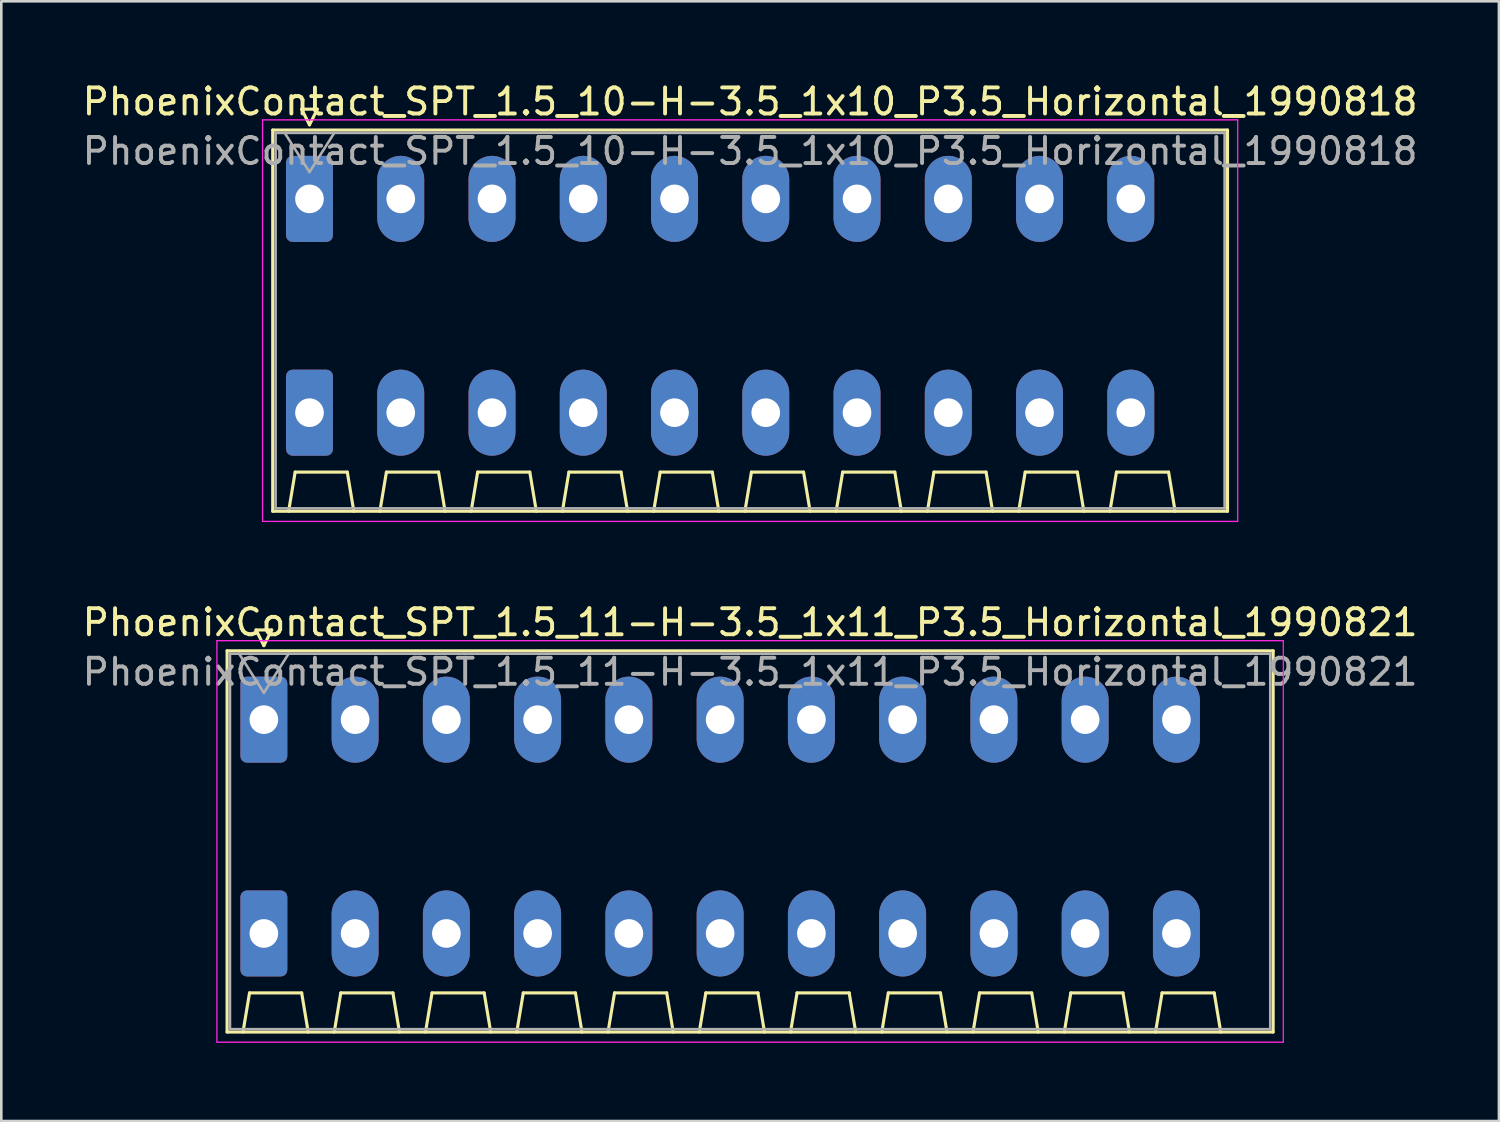
<source format=kicad_pcb>
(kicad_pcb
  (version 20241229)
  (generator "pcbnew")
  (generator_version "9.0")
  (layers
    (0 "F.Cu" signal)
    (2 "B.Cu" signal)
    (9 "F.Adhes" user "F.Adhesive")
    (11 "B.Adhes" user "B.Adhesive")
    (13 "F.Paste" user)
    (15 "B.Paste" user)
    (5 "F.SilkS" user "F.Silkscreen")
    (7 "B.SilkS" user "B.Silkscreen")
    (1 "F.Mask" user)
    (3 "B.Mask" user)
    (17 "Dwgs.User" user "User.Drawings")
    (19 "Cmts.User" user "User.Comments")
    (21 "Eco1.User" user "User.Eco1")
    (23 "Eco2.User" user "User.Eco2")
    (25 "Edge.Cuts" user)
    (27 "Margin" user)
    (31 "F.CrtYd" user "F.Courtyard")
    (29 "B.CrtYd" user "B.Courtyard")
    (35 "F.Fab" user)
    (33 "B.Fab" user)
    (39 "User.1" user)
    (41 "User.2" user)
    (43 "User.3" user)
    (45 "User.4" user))
  (footprint "PhoenixContact_SPT_1.5_11-H-3.5_1x11_P3.5_Horizontal_1990821"
    (layer "F.Cu")
    (at 7.07 24.552)
    (property "Reference" "PhoenixContact_SPT_1.5_11-H-3.5_1x11_P3.5_Horizontal_1990821" (at 18.65 -3.73 0) (layer "F.SilkS") (effects (font (size 1 1) (thickness 0.15))))
    (attr through_hole)
    (fp_line (start -1.41 -2.64) (end 38.71 -2.64) (stroke (width 0.12) (type solid)) (layer "F.SilkS"))
    (fp_line (start -1.41 11.98) (end -1.41 -2.64) (stroke (width 0.12) (type solid)) (layer "F.SilkS"))
    (fp_line (start -0.8 11.98) (end -0.55 10.48) (stroke (width 0.12) (type solid)) (layer "F.SilkS"))
    (fp_line (start -0.55 10.48) (end 1.45 10.48) (stroke (width 0.12) (type solid)) (layer "F.SilkS"))
    (fp_line (start -0.3 -3.44) (end 0 -2.84) (stroke (width 0.12) (type solid)) (layer "F.SilkS"))
    (fp_line (start -0.3 -3.44) (end 0.3 -3.44) (stroke (width 0.12) (type solid)) (layer "F.SilkS"))
    (fp_line (start 0.3 -3.44) (end 0 -2.84) (stroke (width 0.12) (type solid)) (layer "F.SilkS"))
    (fp_line (start 1.7 11.98) (end 1.45 10.48) (stroke (width 0.12) (type solid)) (layer "F.SilkS"))
    (fp_line (start 2.7 11.98) (end 2.95 10.48) (stroke (width 0.12) (type solid)) (layer "F.SilkS"))
    (fp_line (start 2.95 10.48) (end 4.95 10.48) (stroke (width 0.12) (type solid)) (layer "F.SilkS"))
    (fp_line (start 5.2 11.98) (end 4.95 10.48) (stroke (width 0.12) (type solid)) (layer "F.SilkS"))
    (fp_line (start 6.2 11.98) (end 6.45 10.48) (stroke (width 0.12) (type solid)) (layer "F.SilkS"))
    (fp_line (start 6.45 10.48) (end 8.45 10.48) (stroke (width 0.12) (type solid)) (layer "F.SilkS"))
    (fp_line (start 8.7 11.98) (end 8.45 10.48) (stroke (width 0.12) (type solid)) (layer "F.SilkS"))
    (fp_line (start 9.7 11.98) (end 9.95 10.48) (stroke (width 0.12) (type solid)) (layer "F.SilkS"))
    (fp_line (start 9.95 10.48) (end 11.95 10.48) (stroke (width 0.12) (type solid)) (layer "F.SilkS"))
    (fp_line (start 12.2 11.98) (end 11.95 10.48) (stroke (width 0.12) (type solid)) (layer "F.SilkS"))
    (fp_line (start 13.2 11.98) (end 13.45 10.48) (stroke (width 0.12) (type solid)) (layer "F.SilkS"))
    (fp_line (start 13.45 10.48) (end 15.45 10.48) (stroke (width 0.12) (type solid)) (layer "F.SilkS"))
    (fp_line (start 15.7 11.98) (end 15.45 10.48) (stroke (width 0.12) (type solid)) (layer "F.SilkS"))
    (fp_line (start 16.7 11.98) (end 16.95 10.48) (stroke (width 0.12) (type solid)) (layer "F.SilkS"))
    (fp_line (start 16.95 10.48) (end 18.95 10.48) (stroke (width 0.12) (type solid)) (layer "F.SilkS"))
    (fp_line (start 19.2 11.98) (end 18.95 10.48) (stroke (width 0.12) (type solid)) (layer "F.SilkS"))
    (fp_line (start 20.2 11.98) (end 20.45 10.48) (stroke (width 0.12) (type solid)) (layer "F.SilkS"))
    (fp_line (start 20.45 10.48) (end 22.45 10.48) (stroke (width 0.12) (type solid)) (layer "F.SilkS"))
    (fp_line (start 22.7 11.98) (end 22.45 10.48) (stroke (width 0.12) (type solid)) (layer "F.SilkS"))
    (fp_line (start 23.7 11.98) (end 23.95 10.48) (stroke (width 0.12) (type solid)) (layer "F.SilkS"))
    (fp_line (start 23.95 10.48) (end 25.95 10.48) (stroke (width 0.12) (type solid)) (layer "F.SilkS"))
    (fp_line (start 26.2 11.98) (end 25.95 10.48) (stroke (width 0.12) (type solid)) (layer "F.SilkS"))
    (fp_line (start 27.2 11.98) (end 27.45 10.48) (stroke (width 0.12) (type solid)) (layer "F.SilkS"))
    (fp_line (start 27.45 10.48) (end 29.45 10.48) (stroke (width 0.12) (type solid)) (layer "F.SilkS"))
    (fp_line (start 29.7 11.98) (end 29.45 10.48) (stroke (width 0.12) (type solid)) (layer "F.SilkS"))
    (fp_line (start 30.7 11.98) (end 30.95 10.48) (stroke (width 0.12) (type solid)) (layer "F.SilkS"))
    (fp_line (start 30.95 10.48) (end 32.95 10.48) (stroke (width 0.12) (type solid)) (layer "F.SilkS"))
    (fp_line (start 33.2 11.98) (end 32.95 10.48) (stroke (width 0.12) (type solid)) (layer "F.SilkS"))
    (fp_line (start 34.2 11.98) (end 34.45 10.48) (stroke (width 0.12) (type solid)) (layer "F.SilkS"))
    (fp_line (start 34.45 10.48) (end 36.45 10.48) (stroke (width 0.12) (type solid)) (layer "F.SilkS"))
    (fp_line (start 36.7 11.98) (end 36.45 10.48) (stroke (width 0.12) (type solid)) (layer "F.SilkS"))
    (fp_line (start 38.71 -2.64) (end 38.71 11.98) (stroke (width 0.12) (type solid)) (layer "F.SilkS"))
    (fp_line (start 38.71 11.98) (end -1.41 11.98) (stroke (width 0.12) (type solid)) (layer "F.SilkS"))
    (fp_line (start -1.8 -3.03) (end -1.8 12.37) (stroke (width 0.05) (type solid)) (layer "F.CrtYd"))
    (fp_line (start -1.8 12.37) (end 39.1 12.37) (stroke (width 0.05) (type solid)) (layer "F.CrtYd"))
    (fp_line (start 39.1 -3.03) (end -1.8 -3.03) (stroke (width 0.05) (type solid)) (layer "F.CrtYd"))
    (fp_line (start 39.1 12.37) (end 39.1 -3.03) (stroke (width 0.05) (type solid)) (layer "F.CrtYd"))
    (fp_line (start -1.3 -2.53) (end -1.3 11.87) (stroke (width 0.1) (type solid)) (layer "F.Fab"))
    (fp_line (start -1.3 11.87) (end 38.6 11.87) (stroke (width 0.1) (type solid)) (layer "F.Fab"))
    (fp_line (start -0.95 -2.53) (end 0 -1.03) (stroke (width 0.1) (type solid)) (layer "F.Fab"))
    (fp_line (start 0.95 -2.53) (end 0 -1.03) (stroke (width 0.1) (type solid)) (layer "F.Fab"))
    (fp_line (start 38.6 -2.53) (end -1.3 -2.53) (stroke (width 0.1) (type solid)) (layer "F.Fab"))
    (fp_line (start 38.6 11.87) (end 38.6 -2.53) (stroke (width 0.1) (type solid)) (layer "F.Fab"))
    (fp_text user "${REFERENCE}" (at 18.65 -1.83 0) (layer "F.Fab") (effects (font (size 1 1) (thickness 0.15))))
    (pad "1" thru_hole roundrect (at 0 0) (size 1.8 3.3) (drill 1.1) (layers "*.Cu" "*.Mask") (roundrect_rratio 0.139))
    (pad "1" thru_hole roundrect (at 0 8.2) (size 1.8 3.3) (drill 1.1) (layers "*.Cu" "*.Mask") (roundrect_rratio 0.139))
    (pad "2" thru_hole oval (at 3.5 0) (size 1.8 3.3) (drill 1.1) (layers "*.Cu" "*.Mask"))
    (pad "2" thru_hole oval (at 3.5 8.2) (size 1.8 3.3) (drill 1.1) (layers "*.Cu" "*.Mask"))
    (pad "3" thru_hole oval (at 7 0) (size 1.8 3.3) (drill 1.1) (layers "*.Cu" "*.Mask"))
    (pad "3" thru_hole oval (at 7 8.2) (size 1.8 3.3) (drill 1.1) (layers "*.Cu" "*.Mask"))
    (pad "4" thru_hole oval (at 10.5 0) (size 1.8 3.3) (drill 1.1) (layers "*.Cu" "*.Mask"))
    (pad "4" thru_hole oval (at 10.5 8.2) (size 1.8 3.3) (drill 1.1) (layers "*.Cu" "*.Mask"))
    (pad "5" thru_hole oval (at 14 0) (size 1.8 3.3) (drill 1.1) (layers "*.Cu" "*.Mask"))
    (pad "5" thru_hole oval (at 14 8.2) (size 1.8 3.3) (drill 1.1) (layers "*.Cu" "*.Mask"))
    (pad "6" thru_hole oval (at 17.5 0) (size 1.8 3.3) (drill 1.1) (layers "*.Cu" "*.Mask"))
    (pad "6" thru_hole oval (at 17.5 8.2) (size 1.8 3.3) (drill 1.1) (layers "*.Cu" "*.Mask"))
    (pad "7" thru_hole oval (at 21 0) (size 1.8 3.3) (drill 1.1) (layers "*.Cu" "*.Mask"))
    (pad "7" thru_hole oval (at 21 8.2) (size 1.8 3.3) (drill 1.1) (layers "*.Cu" "*.Mask"))
    (pad "8" thru_hole oval (at 24.5 0) (size 1.8 3.3) (drill 1.1) (layers "*.Cu" "*.Mask"))
    (pad "8" thru_hole oval (at 24.5 8.2) (size 1.8 3.3) (drill 1.1) (layers "*.Cu" "*.Mask"))
    (pad "9" thru_hole oval (at 28 0) (size 1.8 3.3) (drill 1.1) (layers "*.Cu" "*.Mask"))
    (pad "9" thru_hole oval (at 28 8.2) (size 1.8 3.3) (drill 1.1) (layers "*.Cu" "*.Mask"))
    (pad "10" thru_hole oval (at 31.5 0) (size 1.8 3.3) (drill 1.1) (layers "*.Cu" "*.Mask"))
    (pad "10" thru_hole oval (at 31.5 8.2) (size 1.8 3.3) (drill 1.1) (layers "*.Cu" "*.Mask"))
    (pad "11" thru_hole oval (at 35 0) (size 1.8 3.3) (drill 1.1) (layers "*.Cu" "*.Mask"))
    (pad "11" thru_hole oval (at 35 8.2) (size 1.8 3.3) (drill 1.1) (layers "*.Cu" "*.Mask")))
  (footprint "PhoenixContact_SPT_1.5_10-H-3.5_1x10_P3.5_Horizontal_1990818"
    (layer "F.Cu")
    (at 8.82 4.578)
    (property "Reference" "PhoenixContact_SPT_1.5_10-H-3.5_1x10_P3.5_Horizontal_1990818" (at 16.9 -3.73 0) (layer "F.SilkS") (effects (font (size 1 1) (thickness 0.15))))
    (attr through_hole)
    (fp_line (start -1.41 -2.64) (end 35.21 -2.64) (stroke (width 0.12) (type solid)) (layer "F.SilkS"))
    (fp_line (start -1.41 11.98) (end -1.41 -2.64) (stroke (width 0.12) (type solid)) (layer "F.SilkS"))
    (fp_line (start -0.8 11.98) (end -0.55 10.48) (stroke (width 0.12) (type solid)) (layer "F.SilkS"))
    (fp_line (start -0.55 10.48) (end 1.45 10.48) (stroke (width 0.12) (type solid)) (layer "F.SilkS"))
    (fp_line (start -0.3 -3.44) (end 0 -2.84) (stroke (width 0.12) (type solid)) (layer "F.SilkS"))
    (fp_line (start -0.3 -3.44) (end 0.3 -3.44) (stroke (width 0.12) (type solid)) (layer "F.SilkS"))
    (fp_line (start 0.3 -3.44) (end 0 -2.84) (stroke (width 0.12) (type solid)) (layer "F.SilkS"))
    (fp_line (start 1.7 11.98) (end 1.45 10.48) (stroke (width 0.12) (type solid)) (layer "F.SilkS"))
    (fp_line (start 2.7 11.98) (end 2.95 10.48) (stroke (width 0.12) (type solid)) (layer "F.SilkS"))
    (fp_line (start 2.95 10.48) (end 4.95 10.48) (stroke (width 0.12) (type solid)) (layer "F.SilkS"))
    (fp_line (start 5.2 11.98) (end 4.95 10.48) (stroke (width 0.12) (type solid)) (layer "F.SilkS"))
    (fp_line (start 6.2 11.98) (end 6.45 10.48) (stroke (width 0.12) (type solid)) (layer "F.SilkS"))
    (fp_line (start 6.45 10.48) (end 8.45 10.48) (stroke (width 0.12) (type solid)) (layer "F.SilkS"))
    (fp_line (start 8.7 11.98) (end 8.45 10.48) (stroke (width 0.12) (type solid)) (layer "F.SilkS"))
    (fp_line (start 9.7 11.98) (end 9.95 10.48) (stroke (width 0.12) (type solid)) (layer "F.SilkS"))
    (fp_line (start 9.95 10.48) (end 11.95 10.48) (stroke (width 0.12) (type solid)) (layer "F.SilkS"))
    (fp_line (start 12.2 11.98) (end 11.95 10.48) (stroke (width 0.12) (type solid)) (layer "F.SilkS"))
    (fp_line (start 13.2 11.98) (end 13.45 10.48) (stroke (width 0.12) (type solid)) (layer "F.SilkS"))
    (fp_line (start 13.45 10.48) (end 15.45 10.48) (stroke (width 0.12) (type solid)) (layer "F.SilkS"))
    (fp_line (start 15.7 11.98) (end 15.45 10.48) (stroke (width 0.12) (type solid)) (layer "F.SilkS"))
    (fp_line (start 16.7 11.98) (end 16.95 10.48) (stroke (width 0.12) (type solid)) (layer "F.SilkS"))
    (fp_line (start 16.95 10.48) (end 18.95 10.48) (stroke (width 0.12) (type solid)) (layer "F.SilkS"))
    (fp_line (start 19.2 11.98) (end 18.95 10.48) (stroke (width 0.12) (type solid)) (layer "F.SilkS"))
    (fp_line (start 20.2 11.98) (end 20.45 10.48) (stroke (width 0.12) (type solid)) (layer "F.SilkS"))
    (fp_line (start 20.45 10.48) (end 22.45 10.48) (stroke (width 0.12) (type solid)) (layer "F.SilkS"))
    (fp_line (start 22.7 11.98) (end 22.45 10.48) (stroke (width 0.12) (type solid)) (layer "F.SilkS"))
    (fp_line (start 23.7 11.98) (end 23.95 10.48) (stroke (width 0.12) (type solid)) (layer "F.SilkS"))
    (fp_line (start 23.95 10.48) (end 25.95 10.48) (stroke (width 0.12) (type solid)) (layer "F.SilkS"))
    (fp_line (start 26.2 11.98) (end 25.95 10.48) (stroke (width 0.12) (type solid)) (layer "F.SilkS"))
    (fp_line (start 27.2 11.98) (end 27.45 10.48) (stroke (width 0.12) (type solid)) (layer "F.SilkS"))
    (fp_line (start 27.45 10.48) (end 29.45 10.48) (stroke (width 0.12) (type solid)) (layer "F.SilkS"))
    (fp_line (start 29.7 11.98) (end 29.45 10.48) (stroke (width 0.12) (type solid)) (layer "F.SilkS"))
    (fp_line (start 30.7 11.98) (end 30.95 10.48) (stroke (width 0.12) (type solid)) (layer "F.SilkS"))
    (fp_line (start 30.95 10.48) (end 32.95 10.48) (stroke (width 0.12) (type solid)) (layer "F.SilkS"))
    (fp_line (start 33.2 11.98) (end 32.95 10.48) (stroke (width 0.12) (type solid)) (layer "F.SilkS"))
    (fp_line (start 35.21 -2.64) (end 35.21 11.98) (stroke (width 0.12) (type solid)) (layer "F.SilkS"))
    (fp_line (start 35.21 11.98) (end -1.41 11.98) (stroke (width 0.12) (type solid)) (layer "F.SilkS"))
    (fp_line (start -1.8 -3.03) (end -1.8 12.37) (stroke (width 0.05) (type solid)) (layer "F.CrtYd"))
    (fp_line (start -1.8 12.37) (end 35.6 12.37) (stroke (width 0.05) (type solid)) (layer "F.CrtYd"))
    (fp_line (start 35.6 -3.03) (end -1.8 -3.03) (stroke (width 0.05) (type solid)) (layer "F.CrtYd"))
    (fp_line (start 35.6 12.37) (end 35.6 -3.03) (stroke (width 0.05) (type solid)) (layer "F.CrtYd"))
    (fp_line (start -1.3 -2.53) (end -1.3 11.87) (stroke (width 0.1) (type solid)) (layer "F.Fab"))
    (fp_line (start -1.3 11.87) (end 35.1 11.87) (stroke (width 0.1) (type solid)) (layer "F.Fab"))
    (fp_line (start -0.95 -2.53) (end 0 -1.03) (stroke (width 0.1) (type solid)) (layer "F.Fab"))
    (fp_line (start 0.95 -2.53) (end 0 -1.03) (stroke (width 0.1) (type solid)) (layer "F.Fab"))
    (fp_line (start 35.1 -2.53) (end -1.3 -2.53) (stroke (width 0.1) (type solid)) (layer "F.Fab"))
    (fp_line (start 35.1 11.87) (end 35.1 -2.53) (stroke (width 0.1) (type solid)) (layer "F.Fab"))
    (fp_text user "${REFERENCE}" (at 16.9 -1.83 0) (layer "F.Fab") (effects (font (size 1 1) (thickness 0.15))))
    (pad "1" thru_hole roundrect (at 0 0) (size 1.8 3.3) (drill 1.1) (layers "*.Cu" "*.Mask") (roundrect_rratio 0.139))
    (pad "1" thru_hole roundrect (at 0 8.2) (size 1.8 3.3) (drill 1.1) (layers "*.Cu" "*.Mask") (roundrect_rratio 0.139))
    (pad "2" thru_hole oval (at 3.5 0) (size 1.8 3.3) (drill 1.1) (layers "*.Cu" "*.Mask"))
    (pad "2" thru_hole oval (at 3.5 8.2) (size 1.8 3.3) (drill 1.1) (layers "*.Cu" "*.Mask"))
    (pad "3" thru_hole oval (at 7 0) (size 1.8 3.3) (drill 1.1) (layers "*.Cu" "*.Mask"))
    (pad "3" thru_hole oval (at 7 8.2) (size 1.8 3.3) (drill 1.1) (layers "*.Cu" "*.Mask"))
    (pad "4" thru_hole oval (at 10.5 0) (size 1.8 3.3) (drill 1.1) (layers "*.Cu" "*.Mask"))
    (pad "4" thru_hole oval (at 10.5 8.2) (size 1.8 3.3) (drill 1.1) (layers "*.Cu" "*.Mask"))
    (pad "5" thru_hole oval (at 14 0) (size 1.8 3.3) (drill 1.1) (layers "*.Cu" "*.Mask"))
    (pad "5" thru_hole oval (at 14 8.2) (size 1.8 3.3) (drill 1.1) (layers "*.Cu" "*.Mask"))
    (pad "6" thru_hole oval (at 17.5 0) (size 1.8 3.3) (drill 1.1) (layers "*.Cu" "*.Mask"))
    (pad "6" thru_hole oval (at 17.5 8.2) (size 1.8 3.3) (drill 1.1) (layers "*.Cu" "*.Mask"))
    (pad "7" thru_hole oval (at 21 0) (size 1.8 3.3) (drill 1.1) (layers "*.Cu" "*.Mask"))
    (pad "7" thru_hole oval (at 21 8.2) (size 1.8 3.3) (drill 1.1) (layers "*.Cu" "*.Mask"))
    (pad "8" thru_hole oval (at 24.5 0) (size 1.8 3.3) (drill 1.1) (layers "*.Cu" "*.Mask"))
    (pad "8" thru_hole oval (at 24.5 8.2) (size 1.8 3.3) (drill 1.1) (layers "*.Cu" "*.Mask"))
    (pad "9" thru_hole oval (at 28 0) (size 1.8 3.3) (drill 1.1) (layers "*.Cu" "*.Mask"))
    (pad "9" thru_hole oval (at 28 8.2) (size 1.8 3.3) (drill 1.1) (layers "*.Cu" "*.Mask"))
    (pad "10" thru_hole oval (at 31.5 0) (size 1.8 3.3) (drill 1.1) (layers "*.Cu" "*.Mask"))
    (pad "10" thru_hole oval (at 31.5 8.2) (size 1.8 3.3) (drill 1.1) (layers "*.Cu" "*.Mask")))
  (gr_rect
    (start -3 -3)
    (end 54.44 39.947)
    (stroke (width 0.1) (type default))
    (fill no)
    (layer "Edge.Cuts")))
</source>
